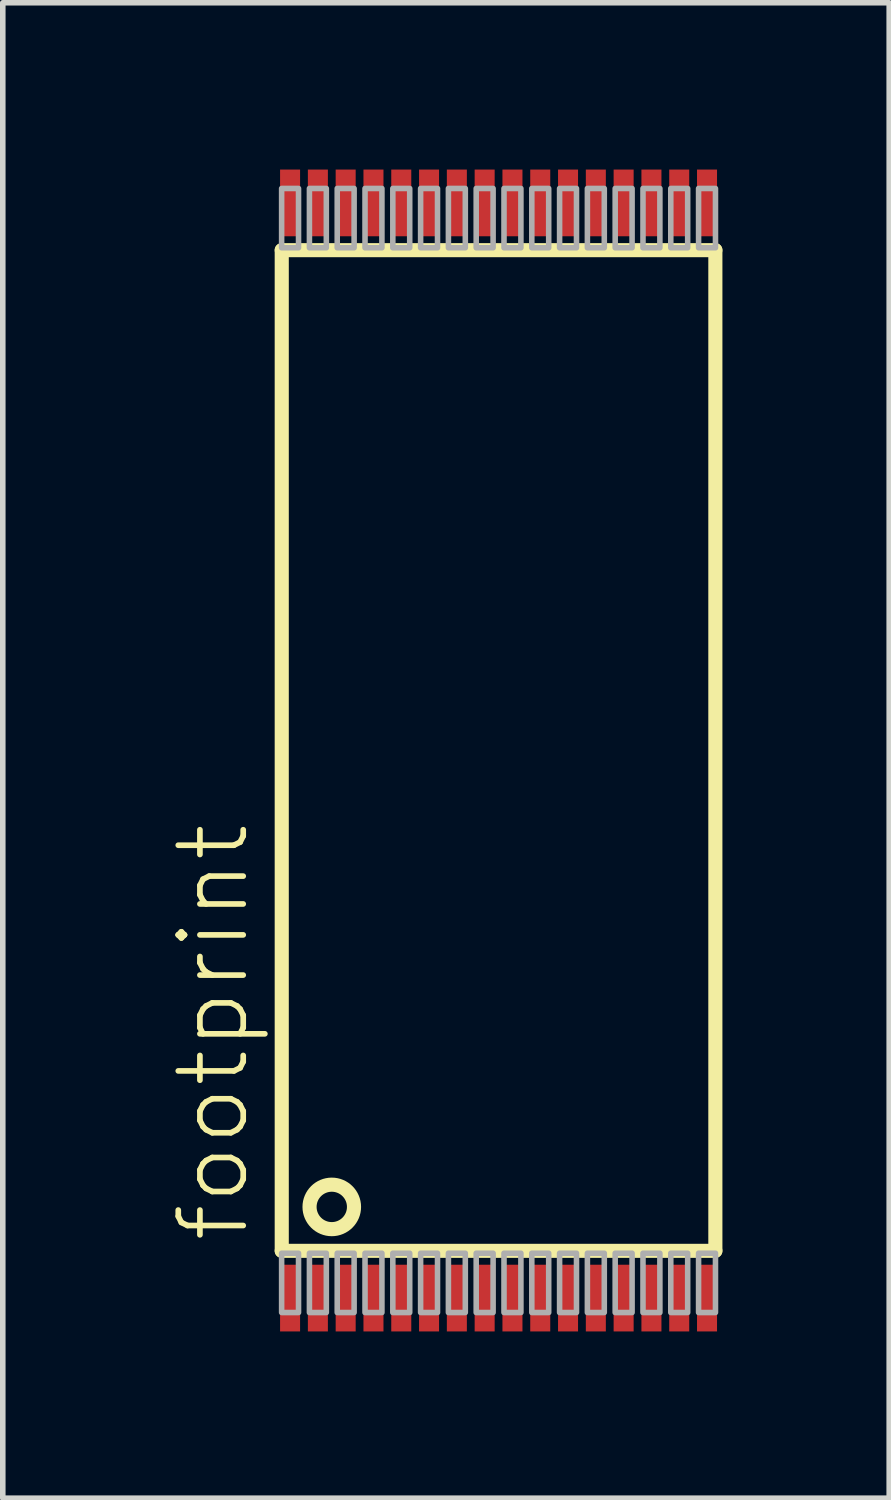
<source format=kicad_pcb>
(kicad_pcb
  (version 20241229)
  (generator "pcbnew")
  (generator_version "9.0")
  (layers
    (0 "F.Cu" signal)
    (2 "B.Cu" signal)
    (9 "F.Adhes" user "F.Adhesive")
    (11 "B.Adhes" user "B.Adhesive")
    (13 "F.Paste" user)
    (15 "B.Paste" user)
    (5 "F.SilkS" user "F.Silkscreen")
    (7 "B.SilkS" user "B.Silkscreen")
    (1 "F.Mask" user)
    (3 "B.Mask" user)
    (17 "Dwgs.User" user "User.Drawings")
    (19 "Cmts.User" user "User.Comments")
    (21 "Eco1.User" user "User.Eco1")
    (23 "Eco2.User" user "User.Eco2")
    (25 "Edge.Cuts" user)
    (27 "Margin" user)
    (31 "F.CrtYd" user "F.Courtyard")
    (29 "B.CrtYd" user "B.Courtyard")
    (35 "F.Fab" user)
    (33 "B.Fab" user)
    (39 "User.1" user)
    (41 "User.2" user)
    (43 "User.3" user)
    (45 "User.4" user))
  (footprint "footprint"
    (layer "F.Cu")
    (at 5.918 10.45)
    (property "Reference" "footprint" (at -4.445 8.89 90) (layer "F.SilkS") (effects (font (size 1.168 1.168) (thickness 0.102)) (justify left bottom)))
    (fp_line (start -3.9 -9) (end 3.9 -9) (stroke (width 0.254) (type solid)) (layer "F.SilkS"))
    (fp_line (start -3.9 9) (end -3.9 -9) (stroke (width 0.254) (type solid)) (layer "F.SilkS"))
    (fp_line (start 3.9 -9) (end 3.9 9) (stroke (width 0.254) (type solid)) (layer "F.SilkS"))
    (fp_line (start 3.9 9) (end -3.9 9) (stroke (width 0.254) (type solid)) (layer "F.SilkS"))
    (fp_circle (center -3 8.21) (end -2.6 8.21) (stroke (width 0.254) (type solid)) (fill no) (layer "F.SilkS"))
    (fp_poly (pts (xy -3.902 -9.043) (xy -3.598 -9.043) (xy -3.598 -10.11) (xy -3.902 -10.11)) (stroke (width 0.1) (type solid)) (fill no) (layer "F.Fab"))
    (fp_poly (pts (xy -3.902 10.11) (xy -3.598 10.11) (xy -3.598 9.043) (xy -3.902 9.043)) (stroke (width 0.1) (type solid)) (fill no) (layer "F.Fab"))
    (fp_poly (pts (xy -3.402 -9.043) (xy -3.098 -9.043) (xy -3.098 -10.11) (xy -3.402 -10.11)) (stroke (width 0.1) (type solid)) (fill no) (layer "F.Fab"))
    (fp_poly (pts (xy -3.402 10.11) (xy -3.098 10.11) (xy -3.098 9.043) (xy -3.402 9.043)) (stroke (width 0.1) (type solid)) (fill no) (layer "F.Fab"))
    (fp_poly (pts (xy -2.902 -9.043) (xy -2.598 -9.043) (xy -2.598 -10.11) (xy -2.902 -10.11)) (stroke (width 0.1) (type solid)) (fill no) (layer "F.Fab"))
    (fp_poly (pts (xy -2.902 10.11) (xy -2.598 10.11) (xy -2.598 9.043) (xy -2.902 9.043)) (stroke (width 0.1) (type solid)) (fill no) (layer "F.Fab"))
    (fp_poly (pts (xy -2.402 -9.043) (xy -2.098 -9.043) (xy -2.098 -10.11) (xy -2.402 -10.11)) (stroke (width 0.1) (type solid)) (fill no) (layer "F.Fab"))
    (fp_poly (pts (xy -2.402 10.11) (xy -2.098 10.11) (xy -2.098 9.043) (xy -2.402 9.043)) (stroke (width 0.1) (type solid)) (fill no) (layer "F.Fab"))
    (fp_poly (pts (xy -1.902 -9.043) (xy -1.598 -9.043) (xy -1.598 -10.11) (xy -1.902 -10.11)) (stroke (width 0.1) (type solid)) (fill no) (layer "F.Fab"))
    (fp_poly (pts (xy -1.902 10.11) (xy -1.598 10.11) (xy -1.598 9.043) (xy -1.902 9.043)) (stroke (width 0.1) (type solid)) (fill no) (layer "F.Fab"))
    (fp_poly (pts (xy -1.402 -9.043) (xy -1.098 -9.043) (xy -1.098 -10.11) (xy -1.402 -10.11)) (stroke (width 0.1) (type solid)) (fill no) (layer "F.Fab"))
    (fp_poly (pts (xy -1.402 10.11) (xy -1.098 10.11) (xy -1.098 9.043) (xy -1.402 9.043)) (stroke (width 0.1) (type solid)) (fill no) (layer "F.Fab"))
    (fp_poly (pts (xy -0.902 -9.043) (xy -0.598 -9.043) (xy -0.598 -10.11) (xy -0.902 -10.11)) (stroke (width 0.1) (type solid)) (fill no) (layer "F.Fab"))
    (fp_poly (pts (xy -0.902 10.11) (xy -0.598 10.11) (xy -0.598 9.043) (xy -0.902 9.043)) (stroke (width 0.1) (type solid)) (fill no) (layer "F.Fab"))
    (fp_poly (pts (xy -0.402 -9.043) (xy -0.098 -9.043) (xy -0.098 -10.11) (xy -0.402 -10.11)) (stroke (width 0.1) (type solid)) (fill no) (layer "F.Fab"))
    (fp_poly (pts (xy -0.402 10.11) (xy -0.098 10.11) (xy -0.098 9.043) (xy -0.402 9.043)) (stroke (width 0.1) (type solid)) (fill no) (layer "F.Fab"))
    (fp_poly (pts (xy 0.098 -9.043) (xy 0.402 -9.043) (xy 0.402 -10.11) (xy 0.098 -10.11)) (stroke (width 0.1) (type solid)) (fill no) (layer "F.Fab"))
    (fp_poly (pts (xy 0.098 10.11) (xy 0.402 10.11) (xy 0.402 9.043) (xy 0.098 9.043)) (stroke (width 0.1) (type solid)) (fill no) (layer "F.Fab"))
    (fp_poly (pts (xy 0.598 -9.043) (xy 0.902 -9.043) (xy 0.902 -10.11) (xy 0.598 -10.11)) (stroke (width 0.1) (type solid)) (fill no) (layer "F.Fab"))
    (fp_poly (pts (xy 0.598 10.11) (xy 0.902 10.11) (xy 0.902 9.043) (xy 0.598 9.043)) (stroke (width 0.1) (type solid)) (fill no) (layer "F.Fab"))
    (fp_poly (pts (xy 1.098 -9.043) (xy 1.402 -9.043) (xy 1.402 -10.11) (xy 1.098 -10.11)) (stroke (width 0.1) (type solid)) (fill no) (layer "F.Fab"))
    (fp_poly (pts (xy 1.098 10.11) (xy 1.402 10.11) (xy 1.402 9.043) (xy 1.098 9.043)) (stroke (width 0.1) (type solid)) (fill no) (layer "F.Fab"))
    (fp_poly (pts (xy 1.598 -9.043) (xy 1.902 -9.043) (xy 1.902 -10.11) (xy 1.598 -10.11)) (stroke (width 0.1) (type solid)) (fill no) (layer "F.Fab"))
    (fp_poly (pts (xy 1.598 10.11) (xy 1.902 10.11) (xy 1.902 9.043) (xy 1.598 9.043)) (stroke (width 0.1) (type solid)) (fill no) (layer "F.Fab"))
    (fp_poly (pts (xy 2.098 -9.043) (xy 2.402 -9.043) (xy 2.402 -10.11) (xy 2.098 -10.11)) (stroke (width 0.1) (type solid)) (fill no) (layer "F.Fab"))
    (fp_poly (pts (xy 2.098 10.11) (xy 2.402 10.11) (xy 2.402 9.043) (xy 2.098 9.043)) (stroke (width 0.1) (type solid)) (fill no) (layer "F.Fab"))
    (fp_poly (pts (xy 2.598 -9.043) (xy 2.902 -9.043) (xy 2.902 -10.11) (xy 2.598 -10.11)) (stroke (width 0.1) (type solid)) (fill no) (layer "F.Fab"))
    (fp_poly (pts (xy 2.598 10.11) (xy 2.902 10.11) (xy 2.902 9.043) (xy 2.598 9.043)) (stroke (width 0.1) (type solid)) (fill no) (layer "F.Fab"))
    (fp_poly (pts (xy 3.098 -9.043) (xy 3.402 -9.043) (xy 3.402 -10.11) (xy 3.098 -10.11)) (stroke (width 0.1) (type solid)) (fill no) (layer "F.Fab"))
    (fp_poly (pts (xy 3.098 10.11) (xy 3.402 10.11) (xy 3.402 9.043) (xy 3.098 9.043)) (stroke (width 0.1) (type solid)) (fill no) (layer "F.Fab"))
    (fp_poly (pts (xy 3.598 -9.043) (xy 3.902 -9.043) (xy 3.902 -10.11) (xy 3.598 -10.11)) (stroke (width 0.1) (type solid)) (fill no) (layer "F.Fab"))
    (fp_poly (pts (xy 3.598 10.11) (xy 3.902 10.11) (xy 3.902 9.043) (xy 3.598 9.043)) (stroke (width 0.1) (type solid)) (fill no) (layer "F.Fab"))
    (pad "1" smd rect (at -3.75 9.85) (size 0.36 1.2) (layers "F.Cu" "F.Mask" "F.Paste"))
    (pad "2" smd rect (at -3.25 9.85) (size 0.36 1.2) (layers "F.Cu" "F.Mask" "F.Paste"))
    (pad "3" smd rect (at -2.75 9.85) (size 0.36 1.2) (layers "F.Cu" "F.Mask" "F.Paste"))
    (pad "4" smd rect (at -2.25 9.85) (size 0.36 1.2) (layers "F.Cu" "F.Mask" "F.Paste"))
    (pad "5" smd rect (at -1.75 9.85) (size 0.36 1.2) (layers "F.Cu" "F.Mask" "F.Paste"))
    (pad "6" smd rect (at -1.25 9.85) (size 0.36 1.2) (layers "F.Cu" "F.Mask" "F.Paste"))
    (pad "7" smd rect (at -0.75 9.85) (size 0.36 1.2) (layers "F.Cu" "F.Mask" "F.Paste"))
    (pad "8" smd rect (at -0.25 9.85) (size 0.36 1.2) (layers "F.Cu" "F.Mask" "F.Paste"))
    (pad "9" smd rect (at 0.25 9.85) (size 0.36 1.2) (layers "F.Cu" "F.Mask" "F.Paste"))
    (pad "10" smd rect (at 0.75 9.85) (size 0.36 1.2) (layers "F.Cu" "F.Mask" "F.Paste"))
    (pad "11" smd rect (at 1.25 9.85) (size 0.36 1.2) (layers "F.Cu" "F.Mask" "F.Paste"))
    (pad "12" smd rect (at 1.75 9.85) (size 0.36 1.2) (layers "F.Cu" "F.Mask" "F.Paste"))
    (pad "13" smd rect (at 2.25 9.85) (size 0.36 1.2) (layers "F.Cu" "F.Mask" "F.Paste"))
    (pad "14" smd rect (at 2.75 9.85) (size 0.36 1.2) (layers "F.Cu" "F.Mask" "F.Paste"))
    (pad "15" smd rect (at 3.25 9.85) (size 0.36 1.2) (layers "F.Cu" "F.Mask" "F.Paste"))
    (pad "16" smd rect (at 3.75 9.85) (size 0.36 1.2) (layers "F.Cu" "F.Mask" "F.Paste"))
    (pad "17" smd rect (at 3.75 -9.85) (size 0.36 1.2) (layers "F.Cu" "F.Mask" "F.Paste"))
    (pad "18" smd rect (at 3.25 -9.85) (size 0.36 1.2) (layers "F.Cu" "F.Mask" "F.Paste"))
    (pad "19" smd rect (at 2.75 -9.85) (size 0.36 1.2) (layers "F.Cu" "F.Mask" "F.Paste"))
    (pad "20" smd rect (at 2.25 -9.85) (size 0.36 1.2) (layers "F.Cu" "F.Mask" "F.Paste"))
    (pad "21" smd rect (at 1.75 -9.85) (size 0.36 1.2) (layers "F.Cu" "F.Mask" "F.Paste"))
    (pad "22" smd rect (at 1.25 -9.85) (size 0.36 1.2) (layers "F.Cu" "F.Mask" "F.Paste"))
    (pad "23" smd rect (at 0.75 -9.85) (size 0.36 1.2) (layers "F.Cu" "F.Mask" "F.Paste"))
    (pad "24" smd rect (at 0.25 -9.85) (size 0.36 1.2) (layers "F.Cu" "F.Mask" "F.Paste"))
    (pad "25" smd rect (at -0.25 -9.85) (size 0.36 1.2) (layers "F.Cu" "F.Mask" "F.Paste"))
    (pad "26" smd rect (at -0.75 -9.85) (size 0.36 1.2) (layers "F.Cu" "F.Mask" "F.Paste"))
    (pad "27" smd rect (at -1.25 -9.85) (size 0.36 1.2) (layers "F.Cu" "F.Mask" "F.Paste"))
    (pad "28" smd rect (at -1.75 -9.85) (size 0.36 1.2) (layers "F.Cu" "F.Mask" "F.Paste"))
    (pad "29" smd rect (at -2.25 -9.85) (size 0.36 1.2) (layers "F.Cu" "F.Mask" "F.Paste"))
    (pad "30" smd rect (at -2.75 -9.85) (size 0.36 1.2) (layers "F.Cu" "F.Mask" "F.Paste"))
    (pad "31" smd rect (at -3.25 -9.85) (size 0.36 1.2) (layers "F.Cu" "F.Mask" "F.Paste"))
    (pad "32" smd rect (at -3.75 -9.85) (size 0.36 1.2) (layers "F.Cu" "F.Mask" "F.Paste")))
  (gr_rect
    (start -3 -3)
    (end 12.945 23.9)
    (stroke (width 0.1) (type default))
    (fill no)
    (layer "Edge.Cuts")))
</source>
